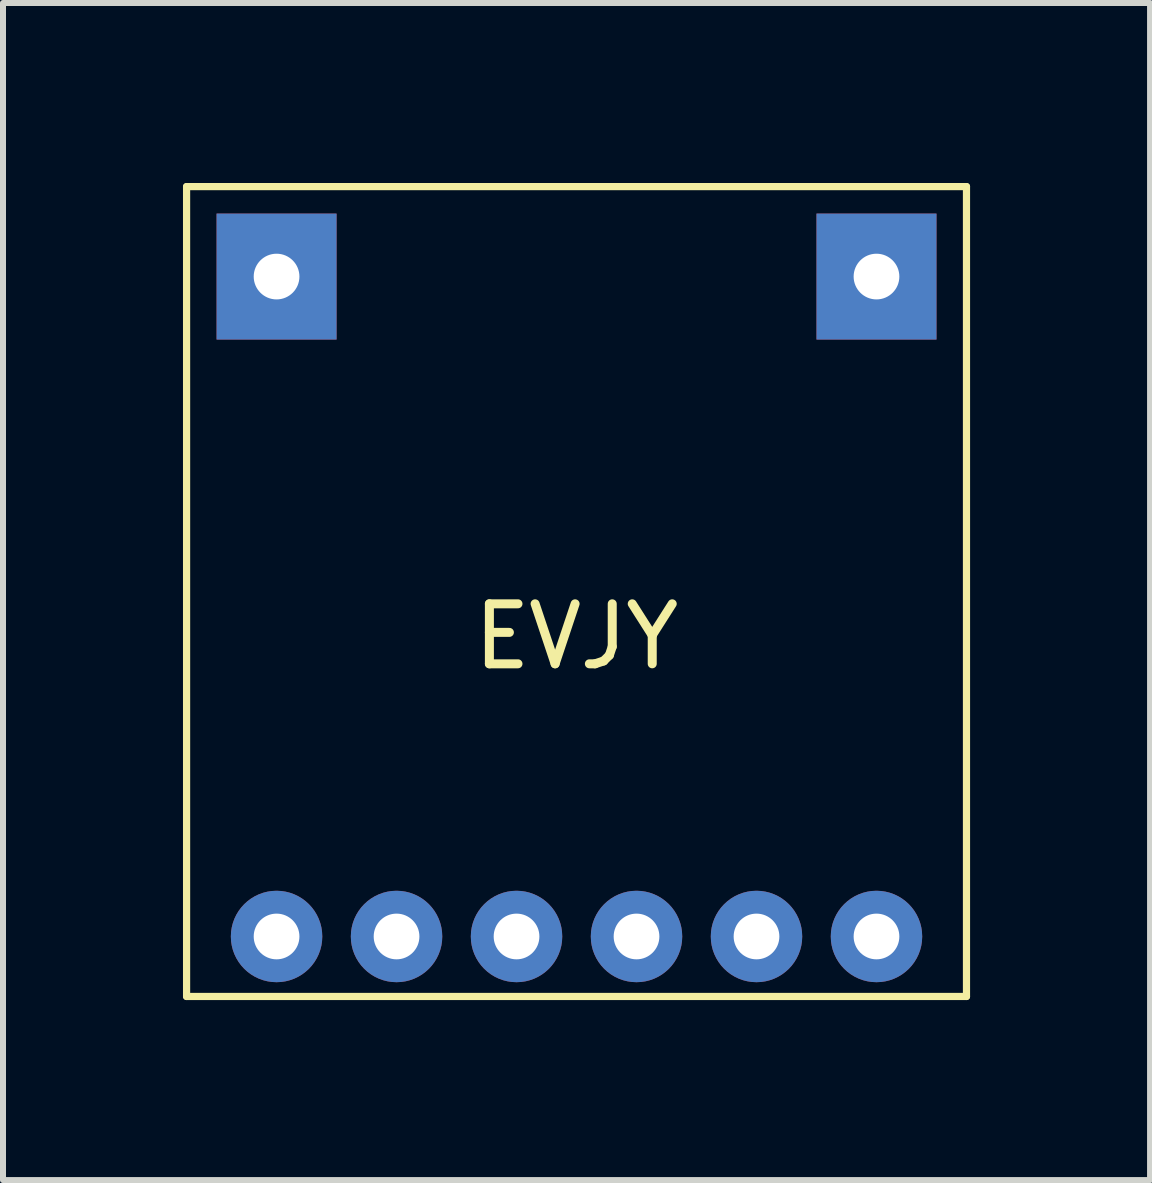
<source format=kicad_pcb>
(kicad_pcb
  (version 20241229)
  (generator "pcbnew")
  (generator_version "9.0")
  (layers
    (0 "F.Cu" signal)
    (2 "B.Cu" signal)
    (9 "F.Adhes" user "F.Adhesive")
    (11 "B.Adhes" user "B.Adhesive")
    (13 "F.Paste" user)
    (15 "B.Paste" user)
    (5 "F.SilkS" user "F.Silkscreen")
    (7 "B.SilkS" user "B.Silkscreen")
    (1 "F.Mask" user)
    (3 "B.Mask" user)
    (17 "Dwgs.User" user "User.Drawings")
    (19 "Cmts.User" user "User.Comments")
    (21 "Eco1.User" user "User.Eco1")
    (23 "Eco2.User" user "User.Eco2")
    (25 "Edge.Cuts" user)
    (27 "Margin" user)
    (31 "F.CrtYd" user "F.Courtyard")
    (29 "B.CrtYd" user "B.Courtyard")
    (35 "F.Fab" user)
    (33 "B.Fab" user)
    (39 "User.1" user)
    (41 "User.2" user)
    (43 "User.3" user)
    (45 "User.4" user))
  (footprint "EVJY"
    (layer "F.Cu")
    (at 1.56 12.56)
    (property "Reference" "EVJY" (at 5 -5 0) (layer "F.SilkS") (effects (font (size 1 1) (thickness 0.15))))
    (attr through_hole)
    (fp_line (start -1.5 -12.5) (end -1.5 1) (stroke (width 0.12) (type solid)) (layer "F.SilkS"))
    (fp_line (start -1.5 1) (end 11.5 1) (stroke (width 0.12) (type solid)) (layer "F.SilkS"))
    (fp_line (start 11.5 -12.5) (end -1.5 -12.5) (stroke (width 0.12) (type solid)) (layer "F.SilkS"))
    (fp_line (start 11.5 1) (end 11.5 -12.5) (stroke (width 0.12) (type solid)) (layer "F.SilkS"))
    (pad "" np_thru_hole rect (at 0 -11) (size 2 2.1) (drill 0.762) (layers "*.Cu" "*.Mask"))
    (pad "" np_thru_hole rect (at 10 -11) (size 2 2.1) (drill 0.762) (layers "*.Cu" "*.Mask"))
    (pad "1" thru_hole circle (at 2 0) (size 1.524 1.524) (drill 0.762) (layers "*.Cu" "*.Mask"))
    (pad "2" thru_hole circle (at 0 0) (size 1.524 1.524) (drill 0.762) (layers "*.Cu" "*.Mask"))
    (pad "3" thru_hole circle (at 10 0) (size 1.524 1.524) (drill 0.762) (layers "*.Cu" "*.Mask"))
    (pad "4" thru_hole circle (at 4 0) (size 1.524 1.524) (drill 0.762) (layers "*.Cu" "*.Mask"))
    (pad "5" thru_hole circle (at 6 0) (size 1.524 1.524) (drill 0.762) (layers "*.Cu" "*.Mask"))
    (pad "6" thru_hole circle (at 8 0) (size 1.524 1.524) (drill 0.762) (layers "*.Cu" "*.Mask")))
  (gr_rect
    (start -3 -3)
    (end 16.12 16.62)
    (stroke (width 0.1) (type default))
    (fill no)
    (layer "Edge.Cuts")))
</source>
